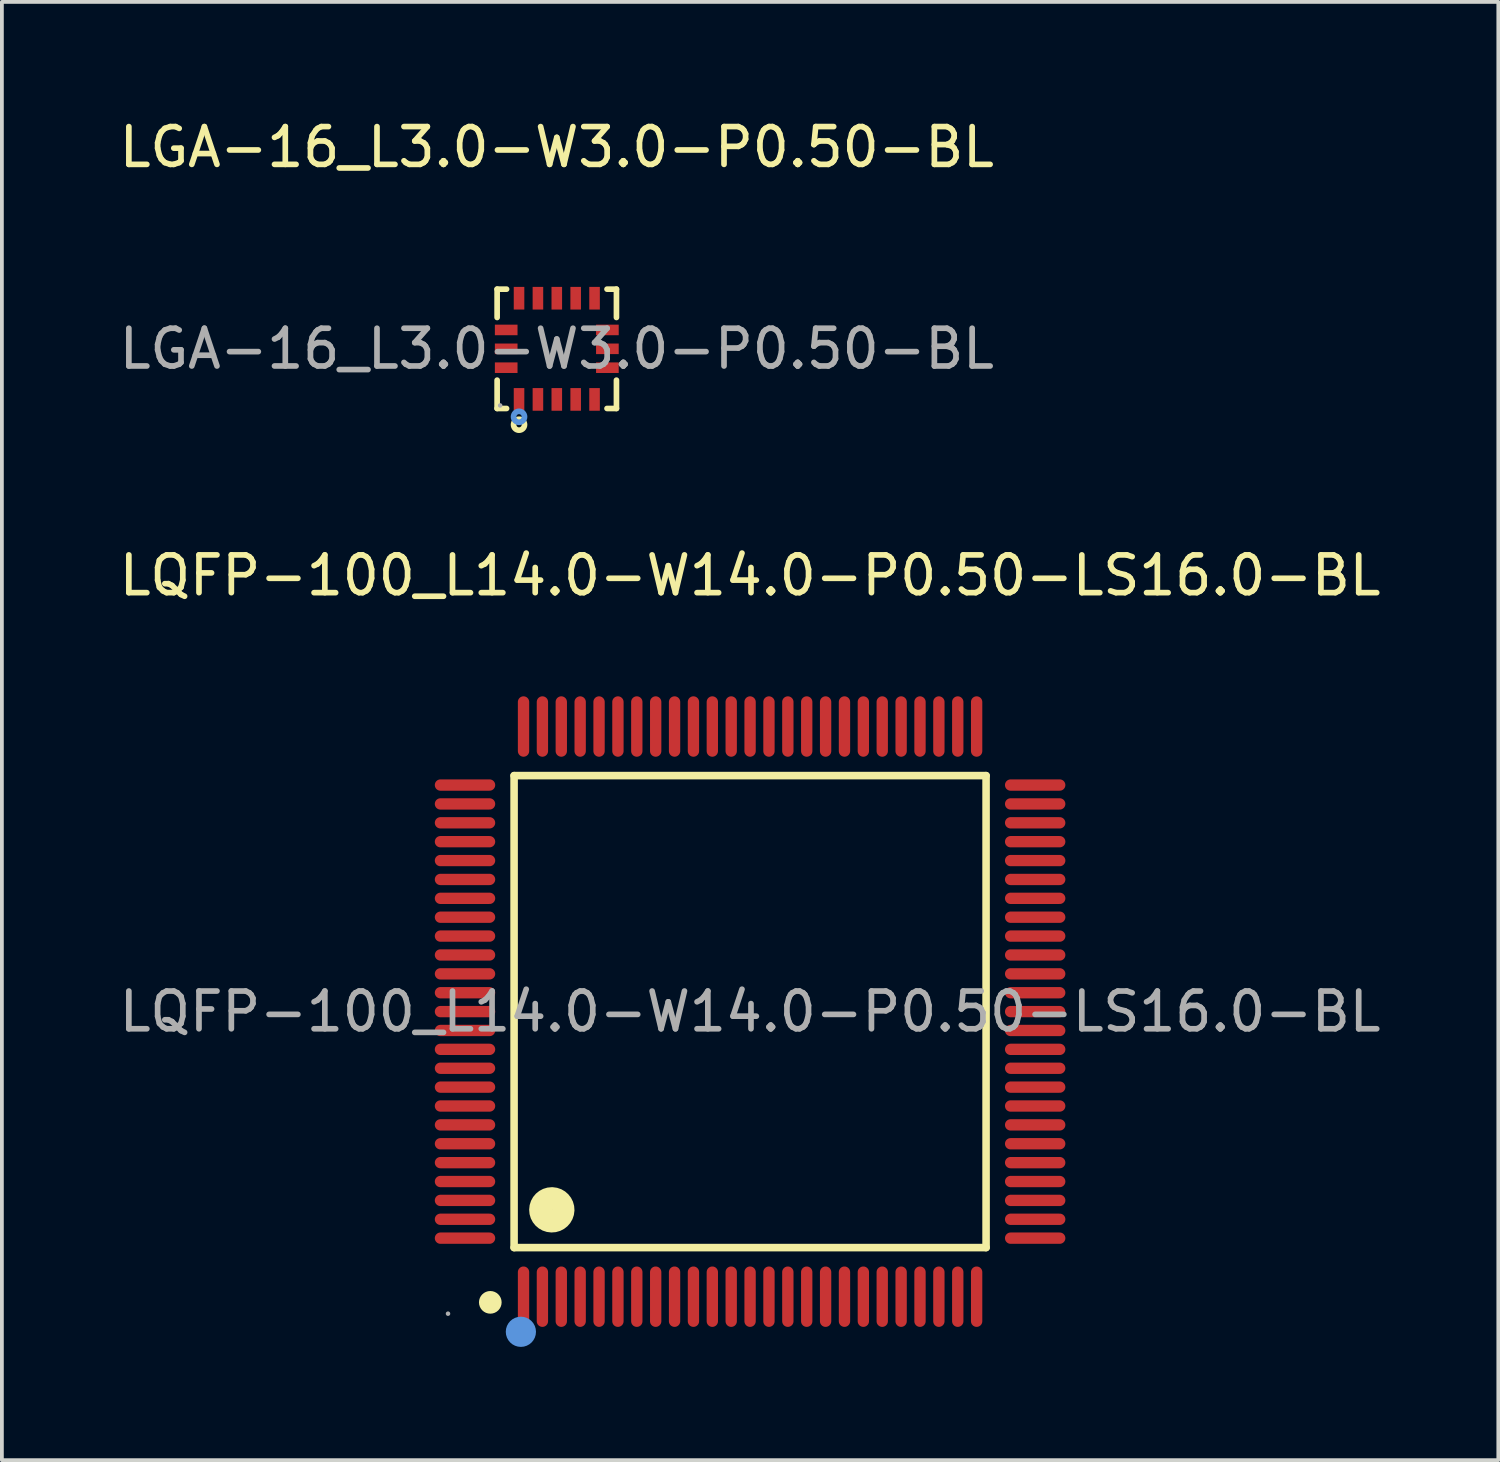
<source format=kicad_pcb>
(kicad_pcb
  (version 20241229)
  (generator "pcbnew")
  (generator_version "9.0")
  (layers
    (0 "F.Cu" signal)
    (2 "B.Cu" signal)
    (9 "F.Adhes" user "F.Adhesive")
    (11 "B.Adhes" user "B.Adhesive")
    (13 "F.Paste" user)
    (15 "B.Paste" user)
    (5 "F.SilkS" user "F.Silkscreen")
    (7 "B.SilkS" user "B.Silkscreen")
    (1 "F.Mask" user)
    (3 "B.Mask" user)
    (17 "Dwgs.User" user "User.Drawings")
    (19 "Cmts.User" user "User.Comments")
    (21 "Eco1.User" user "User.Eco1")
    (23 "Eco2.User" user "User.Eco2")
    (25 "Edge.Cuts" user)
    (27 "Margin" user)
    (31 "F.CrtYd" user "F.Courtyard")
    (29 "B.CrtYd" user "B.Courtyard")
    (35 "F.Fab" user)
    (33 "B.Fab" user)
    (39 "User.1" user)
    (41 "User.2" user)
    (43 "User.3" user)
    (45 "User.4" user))
  (footprint "LGA-16_L3.0-W3.0-P0.50-BL"
    (layer "F.Cu")
    (at 11.696 6.188)
    (property "Reference" "LGA-16_L3.0-W3.0-P0.50-BL" (at 0 -5.34 0) (layer "F.SilkS") (effects (font (size 1 1) (thickness 0.15))))
    (attr smd)
    (fp_line (start -1.58 -1.58) (end -1.33 -1.58) (stroke (width 0.15) (type solid)) (layer "F.SilkS"))
    (fp_line (start -1.58 -0.83) (end -1.58 -1.58) (stroke (width 0.15) (type solid)) (layer "F.SilkS"))
    (fp_line (start -1.58 0.83) (end -1.58 1.58) (stroke (width 0.15) (type solid)) (layer "F.SilkS"))
    (fp_line (start -1.58 1.58) (end -1.33 1.58) (stroke (width 0.15) (type solid)) (layer "F.SilkS"))
    (fp_line (start 1.58 -1.58) (end 1.33 -1.58) (stroke (width 0.15) (type solid)) (layer "F.SilkS"))
    (fp_line (start 1.58 -0.83) (end 1.58 -1.58) (stroke (width 0.15) (type solid)) (layer "F.SilkS"))
    (fp_line (start 1.58 0.83) (end 1.58 1.58) (stroke (width 0.15) (type solid)) (layer "F.SilkS"))
    (fp_line (start 1.58 1.58) (end 1.33 1.58) (stroke (width 0.15) (type solid)) (layer "F.SilkS"))
    (fp_circle (center -1 2.01) (end -0.93 2.01) (stroke (width 0.15) (type solid)) (fill no) (layer "F.SilkS"))
    (fp_circle (center -1 1.8) (end -0.93 1.8) (stroke (width 0.15) (type solid)) (fill no) (layer "Cmts.User"))
    (fp_circle (center -1.5 1.5) (end -1.47 1.5) (stroke (width 0.06) (type solid)) (fill no) (layer "F.Fab"))
    (fp_text user "${REFERENCE}" (at 0 0 0) (layer "F.Fab") (effects (font (size 1 1) (thickness 0.15))))
    (pad "1" smd rect (at -1 1.34) (size 0.28 0.6) (layers "F.Cu" "F.Mask" "F.Paste"))
    (pad "2" smd rect (at -0.5 1.34) (size 0.28 0.6) (layers "F.Cu" "F.Mask" "F.Paste"))
    (pad "3" smd rect (at 0 1.34) (size 0.28 0.6) (layers "F.Cu" "F.Mask" "F.Paste"))
    (pad "4" smd rect (at 0.5 1.34) (size 0.28 0.6) (layers "F.Cu" "F.Mask" "F.Paste"))
    (pad "5" smd rect (at 1 1.34) (size 0.28 0.6) (layers "F.Cu" "F.Mask" "F.Paste"))
    (pad "6" smd rect (at 1.34 0.5) (size 0.6 0.28) (layers "F.Cu" "F.Mask" "F.Paste"))
    (pad "7" smd rect (at 1.34 0) (size 0.6 0.28) (layers "F.Cu" "F.Mask" "F.Paste"))
    (pad "8" smd rect (at 1.34 -0.5) (size 0.6 0.28) (layers "F.Cu" "F.Mask" "F.Paste"))
    (pad "9" smd rect (at 1 -1.34) (size 0.28 0.6) (layers "F.Cu" "F.Mask" "F.Paste"))
    (pad "10" smd rect (at 0.5 -1.34) (size 0.28 0.6) (layers "F.Cu" "F.Mask" "F.Paste"))
    (pad "11" smd rect (at 0 -1.34) (size 0.28 0.6) (layers "F.Cu" "F.Mask" "F.Paste"))
    (pad "12" smd rect (at -0.5 -1.34) (size 0.28 0.6) (layers "F.Cu" "F.Mask" "F.Paste"))
    (pad "13" smd rect (at -1 -1.34) (size 0.28 0.6) (layers "F.Cu" "F.Mask" "F.Paste"))
    (pad "14" smd rect (at -1.34 -0.5) (size 0.6 0.28) (layers "F.Cu" "F.Mask" "F.Paste"))
    (pad "15" smd rect (at -1.34 0) (size 0.6 0.28) (layers "F.Cu" "F.Mask" "F.Paste"))
    (pad "16" smd rect (at -1.34 0.5) (size 0.6 0.28) (layers "F.Cu" "F.Mask" "F.Paste")))
  (footprint "LQFP-100_L14.0-W14.0-P0.50-LS16.0-BL"
    (layer "F.Cu")
    (at 16.815 23.741)
    (property "Reference" "LQFP-100_L14.0-W14.0-P0.50-LS16.0-BL" (at 0 -11.55 0) (layer "F.SilkS") (effects (font (size 1 1) (thickness 0.15))))
    (attr smd)
    (fp_line (start -6.25 -6.25) (end -6.25 6.25) (stroke (width 0.2) (type solid)) (layer "F.SilkS"))
    (fp_line (start -6.25 6.25) (end 6.25 6.25) (stroke (width 0.2) (type solid)) (layer "F.SilkS"))
    (fp_line (start 6.25 -6.25) (end -6.25 -6.25) (stroke (width 0.2) (type solid)) (layer "F.SilkS"))
    (fp_line (start 6.25 6.25) (end 6.25 -6.25) (stroke (width 0.2) (type solid)) (layer "F.SilkS"))
    (fp_arc (start -6.88 7.7) (mid -6.88 7.7) (end -6.88 7.7) (stroke (width 0.3) (type solid)) (layer "F.SilkS"))
    (fp_arc (start -5.24 4.95) (mid -5.254999 5.550125) (end -5.250004 4.949833) (stroke (width 0.6) (type solid)) (layer "F.SilkS"))
    (fp_circle (center -6.07 8.48) (end -5.87 8.48) (stroke (width 0.4) (type solid)) (fill no) (layer "Cmts.User"))
    (fp_circle (center -8 8) (end -7.97 8) (stroke (width 0.06) (type solid)) (fill no) (layer "F.Fab"))
    (fp_text user "${REFERENCE}" (at 0 0 0) (layer "F.Fab") (effects (font (size 1 1) (thickness 0.15))))
    (pad "1" smd oval (at -6 7.55) (size 0.3 1.6) (layers "F.Cu" "F.Mask" "F.Paste"))
    (pad "2" smd oval (at -5.5 7.55) (size 0.3 1.6) (layers "F.Cu" "F.Mask" "F.Paste"))
    (pad "3" smd oval (at -5 7.55) (size 0.3 1.6) (layers "F.Cu" "F.Mask" "F.Paste"))
    (pad "4" smd oval (at -4.5 7.55) (size 0.3 1.6) (layers "F.Cu" "F.Mask" "F.Paste"))
    (pad "5" smd oval (at -4 7.55) (size 0.3 1.6) (layers "F.Cu" "F.Mask" "F.Paste"))
    (pad "6" smd oval (at -3.5 7.55) (size 0.3 1.6) (layers "F.Cu" "F.Mask" "F.Paste"))
    (pad "7" smd oval (at -3 7.55) (size 0.3 1.6) (layers "F.Cu" "F.Mask" "F.Paste"))
    (pad "8" smd oval (at -2.5 7.55) (size 0.3 1.6) (layers "F.Cu" "F.Mask" "F.Paste"))
    (pad "9" smd oval (at -2 7.55) (size 0.3 1.6) (layers "F.Cu" "F.Mask" "F.Paste"))
    (pad "10" smd oval (at -1.5 7.55) (size 0.3 1.6) (layers "F.Cu" "F.Mask" "F.Paste"))
    (pad "11" smd oval (at -1 7.55) (size 0.3 1.6) (layers "F.Cu" "F.Mask" "F.Paste"))
    (pad "12" smd oval (at -0.5 7.55) (size 0.3 1.6) (layers "F.Cu" "F.Mask" "F.Paste"))
    (pad "13" smd oval (at 0 7.55) (size 0.3 1.6) (layers "F.Cu" "F.Mask" "F.Paste"))
    (pad "14" smd oval (at 0.5 7.55) (size 0.3 1.6) (layers "F.Cu" "F.Mask" "F.Paste"))
    (pad "15" smd oval (at 1 7.55) (size 0.3 1.6) (layers "F.Cu" "F.Mask" "F.Paste"))
    (pad "16" smd oval (at 1.5 7.55) (size 0.3 1.6) (layers "F.Cu" "F.Mask" "F.Paste"))
    (pad "17" smd oval (at 2 7.55) (size 0.3 1.6) (layers "F.Cu" "F.Mask" "F.Paste"))
    (pad "18" smd oval (at 2.5 7.55) (size 0.3 1.6) (layers "F.Cu" "F.Mask" "F.Paste"))
    (pad "19" smd oval (at 3 7.55) (size 0.3 1.6) (layers "F.Cu" "F.Mask" "F.Paste"))
    (pad "20" smd oval (at 3.5 7.55) (size 0.3 1.6) (layers "F.Cu" "F.Mask" "F.Paste"))
    (pad "21" smd oval (at 4 7.55) (size 0.3 1.6) (layers "F.Cu" "F.Mask" "F.Paste"))
    (pad "22" smd oval (at 4.5 7.55) (size 0.3 1.6) (layers "F.Cu" "F.Mask" "F.Paste"))
    (pad "23" smd oval (at 5 7.55) (size 0.3 1.6) (layers "F.Cu" "F.Mask" "F.Paste"))
    (pad "24" smd oval (at 5.5 7.55) (size 0.3 1.6) (layers "F.Cu" "F.Mask" "F.Paste"))
    (pad "25" smd oval (at 6 7.55) (size 0.3 1.6) (layers "F.Cu" "F.Mask" "F.Paste"))
    (pad "26" smd oval (at 7.55 6) (size 1.6 0.3) (layers "F.Cu" "F.Mask" "F.Paste"))
    (pad "27" smd oval (at 7.55 5.5) (size 1.6 0.3) (layers "F.Cu" "F.Mask" "F.Paste"))
    (pad "28" smd oval (at 7.55 5) (size 1.6 0.3) (layers "F.Cu" "F.Mask" "F.Paste"))
    (pad "29" smd oval (at 7.55 4.5) (size 1.6 0.3) (layers "F.Cu" "F.Mask" "F.Paste"))
    (pad "30" smd oval (at 7.55 4) (size 1.6 0.3) (layers "F.Cu" "F.Mask" "F.Paste"))
    (pad "31" smd oval (at 7.55 3.5) (size 1.6 0.3) (layers "F.Cu" "F.Mask" "F.Paste"))
    (pad "32" smd oval (at 7.55 3) (size 1.6 0.3) (layers "F.Cu" "F.Mask" "F.Paste"))
    (pad "33" smd oval (at 7.55 2.5) (size 1.6 0.3) (layers "F.Cu" "F.Mask" "F.Paste"))
    (pad "34" smd oval (at 7.55 2) (size 1.6 0.3) (layers "F.Cu" "F.Mask" "F.Paste"))
    (pad "35" smd oval (at 7.55 1.5) (size 1.6 0.3) (layers "F.Cu" "F.Mask" "F.Paste"))
    (pad "36" smd oval (at 7.55 1) (size 1.6 0.3) (layers "F.Cu" "F.Mask" "F.Paste"))
    (pad "37" smd oval (at 7.55 0.5) (size 1.6 0.3) (layers "F.Cu" "F.Mask" "F.Paste"))
    (pad "38" smd oval (at 7.55 0) (size 1.6 0.3) (layers "F.Cu" "F.Mask" "F.Paste"))
    (pad "39" smd oval (at 7.55 -0.5) (size 1.6 0.3) (layers "F.Cu" "F.Mask" "F.Paste"))
    (pad "40" smd oval (at 7.55 -1) (size 1.6 0.3) (layers "F.Cu" "F.Mask" "F.Paste"))
    (pad "41" smd oval (at 7.55 -1.5) (size 1.6 0.3) (layers "F.Cu" "F.Mask" "F.Paste"))
    (pad "42" smd oval (at 7.55 -2) (size 1.6 0.3) (layers "F.Cu" "F.Mask" "F.Paste"))
    (pad "43" smd oval (at 7.55 -2.5) (size 1.6 0.3) (layers "F.Cu" "F.Mask" "F.Paste"))
    (pad "44" smd oval (at 7.55 -3) (size 1.6 0.3) (layers "F.Cu" "F.Mask" "F.Paste"))
    (pad "45" smd oval (at 7.55 -3.5) (size 1.6 0.3) (layers "F.Cu" "F.Mask" "F.Paste"))
    (pad "46" smd oval (at 7.55 -4) (size 1.6 0.3) (layers "F.Cu" "F.Mask" "F.Paste"))
    (pad "47" smd oval (at 7.55 -4.5) (size 1.6 0.3) (layers "F.Cu" "F.Mask" "F.Paste"))
    (pad "48" smd oval (at 7.55 -5) (size 1.6 0.3) (layers "F.Cu" "F.Mask" "F.Paste"))
    (pad "49" smd oval (at 7.55 -5.5) (size 1.6 0.3) (layers "F.Cu" "F.Mask" "F.Paste"))
    (pad "50" smd oval (at 7.55 -6) (size 1.6 0.3) (layers "F.Cu" "F.Mask" "F.Paste"))
    (pad "51" smd oval (at 6 -7.55) (size 0.3 1.6) (layers "F.Cu" "F.Mask" "F.Paste"))
    (pad "52" smd oval (at 5.5 -7.55) (size 0.3 1.6) (layers "F.Cu" "F.Mask" "F.Paste"))
    (pad "53" smd oval (at 5 -7.55) (size 0.3 1.6) (layers "F.Cu" "F.Mask" "F.Paste"))
    (pad "54" smd oval (at 4.5 -7.55) (size 0.3 1.6) (layers "F.Cu" "F.Mask" "F.Paste"))
    (pad "55" smd oval (at 4 -7.55) (size 0.3 1.6) (layers "F.Cu" "F.Mask" "F.Paste"))
    (pad "56" smd oval (at 3.5 -7.55) (size 0.3 1.6) (layers "F.Cu" "F.Mask" "F.Paste"))
    (pad "57" smd oval (at 3 -7.55) (size 0.3 1.6) (layers "F.Cu" "F.Mask" "F.Paste"))
    (pad "58" smd oval (at 2.5 -7.55) (size 0.3 1.6) (layers "F.Cu" "F.Mask" "F.Paste"))
    (pad "59" smd oval (at 2 -7.55) (size 0.3 1.6) (layers "F.Cu" "F.Mask" "F.Paste"))
    (pad "60" smd oval (at 1.5 -7.55) (size 0.3 1.6) (layers "F.Cu" "F.Mask" "F.Paste"))
    (pad "61" smd oval (at 1 -7.55) (size 0.3 1.6) (layers "F.Cu" "F.Mask" "F.Paste"))
    (pad "62" smd oval (at 0.5 -7.55) (size 0.3 1.6) (layers "F.Cu" "F.Mask" "F.Paste"))
    (pad "63" smd oval (at 0 -7.55) (size 0.3 1.6) (layers "F.Cu" "F.Mask" "F.Paste"))
    (pad "64" smd oval (at -0.5 -7.55) (size 0.3 1.6) (layers "F.Cu" "F.Mask" "F.Paste"))
    (pad "65" smd oval (at -1 -7.55) (size 0.3 1.6) (layers "F.Cu" "F.Mask" "F.Paste"))
    (pad "66" smd oval (at -1.5 -7.55) (size 0.3 1.6) (layers "F.Cu" "F.Mask" "F.Paste"))
    (pad "67" smd oval (at -2 -7.55) (size 0.3 1.6) (layers "F.Cu" "F.Mask" "F.Paste"))
    (pad "68" smd oval (at -2.5 -7.55) (size 0.3 1.6) (layers "F.Cu" "F.Mask" "F.Paste"))
    (pad "69" smd oval (at -3 -7.55) (size 0.3 1.6) (layers "F.Cu" "F.Mask" "F.Paste"))
    (pad "70" smd oval (at -3.5 -7.55) (size 0.3 1.6) (layers "F.Cu" "F.Mask" "F.Paste"))
    (pad "71" smd oval (at -4 -7.55) (size 0.3 1.6) (layers "F.Cu" "F.Mask" "F.Paste"))
    (pad "72" smd oval (at -4.5 -7.55) (size 0.3 1.6) (layers "F.Cu" "F.Mask" "F.Paste"))
    (pad "73" smd oval (at -5 -7.55) (size 0.3 1.6) (layers "F.Cu" "F.Mask" "F.Paste"))
    (pad "74" smd oval (at -5.5 -7.55) (size 0.3 1.6) (layers "F.Cu" "F.Mask" "F.Paste"))
    (pad "75" smd oval (at -6 -7.55) (size 0.3 1.6) (layers "F.Cu" "F.Mask" "F.Paste"))
    (pad "76" smd oval (at -7.55 -6) (size 1.6 0.3) (layers "F.Cu" "F.Mask" "F.Paste"))
    (pad "77" smd oval (at -7.55 -5.5) (size 1.6 0.3) (layers "F.Cu" "F.Mask" "F.Paste"))
    (pad "78" smd oval (at -7.55 -5) (size 1.6 0.3) (layers "F.Cu" "F.Mask" "F.Paste"))
    (pad "79" smd oval (at -7.55 -4.5) (size 1.6 0.3) (layers "F.Cu" "F.Mask" "F.Paste"))
    (pad "80" smd oval (at -7.55 -4) (size 1.6 0.3) (layers "F.Cu" "F.Mask" "F.Paste"))
    (pad "81" smd oval (at -7.55 -3.5) (size 1.6 0.3) (layers "F.Cu" "F.Mask" "F.Paste"))
    (pad "82" smd oval (at -7.55 -3) (size 1.6 0.3) (layers "F.Cu" "F.Mask" "F.Paste"))
    (pad "83" smd oval (at -7.55 -2.5) (size 1.6 0.3) (layers "F.Cu" "F.Mask" "F.Paste"))
    (pad "84" smd oval (at -7.55 -2) (size 1.6 0.3) (layers "F.Cu" "F.Mask" "F.Paste"))
    (pad "85" smd oval (at -7.55 -1.5) (size 1.6 0.3) (layers "F.Cu" "F.Mask" "F.Paste"))
    (pad "86" smd oval (at -7.55 -1) (size 1.6 0.3) (layers "F.Cu" "F.Mask" "F.Paste"))
    (pad "87" smd oval (at -7.55 -0.5) (size 1.6 0.3) (layers "F.Cu" "F.Mask" "F.Paste"))
    (pad "88" smd oval (at -7.55 0) (size 1.6 0.3) (layers "F.Cu" "F.Mask" "F.Paste"))
    (pad "89" smd oval (at -7.55 0.5) (size 1.6 0.3) (layers "F.Cu" "F.Mask" "F.Paste"))
    (pad "90" smd oval (at -7.55 1) (size 1.6 0.3) (layers "F.Cu" "F.Mask" "F.Paste"))
    (pad "91" smd oval (at -7.55 1.5) (size 1.6 0.3) (layers "F.Cu" "F.Mask" "F.Paste"))
    (pad "92" smd oval (at -7.55 2) (size 1.6 0.3) (layers "F.Cu" "F.Mask" "F.Paste"))
    (pad "93" smd oval (at -7.55 2.5) (size 1.6 0.3) (layers "F.Cu" "F.Mask" "F.Paste"))
    (pad "94" smd oval (at -7.55 3) (size 1.6 0.3) (layers "F.Cu" "F.Mask" "F.Paste"))
    (pad "95" smd oval (at -7.55 3.5) (size 1.6 0.3) (layers "F.Cu" "F.Mask" "F.Paste"))
    (pad "96" smd oval (at -7.55 4) (size 1.6 0.3) (layers "F.Cu" "F.Mask" "F.Paste"))
    (pad "97" smd oval (at -7.55 4.5) (size 1.6 0.3) (layers "F.Cu" "F.Mask" "F.Paste"))
    (pad "98" smd oval (at -7.55 5) (size 1.6 0.3) (layers "F.Cu" "F.Mask" "F.Paste"))
    (pad "99" smd oval (at -7.55 5.5) (size 1.6 0.3) (layers "F.Cu" "F.Mask" "F.Paste"))
    (pad "100" smd oval (at -7.55 6) (size 1.6 0.3) (layers "F.Cu" "F.Mask" "F.Paste")))
  (gr_rect
    (start -3 -3)
    (end 36.631 35.621)
    (stroke (width 0.1) (type default))
    (fill no)
    (layer "Edge.Cuts")))
</source>
